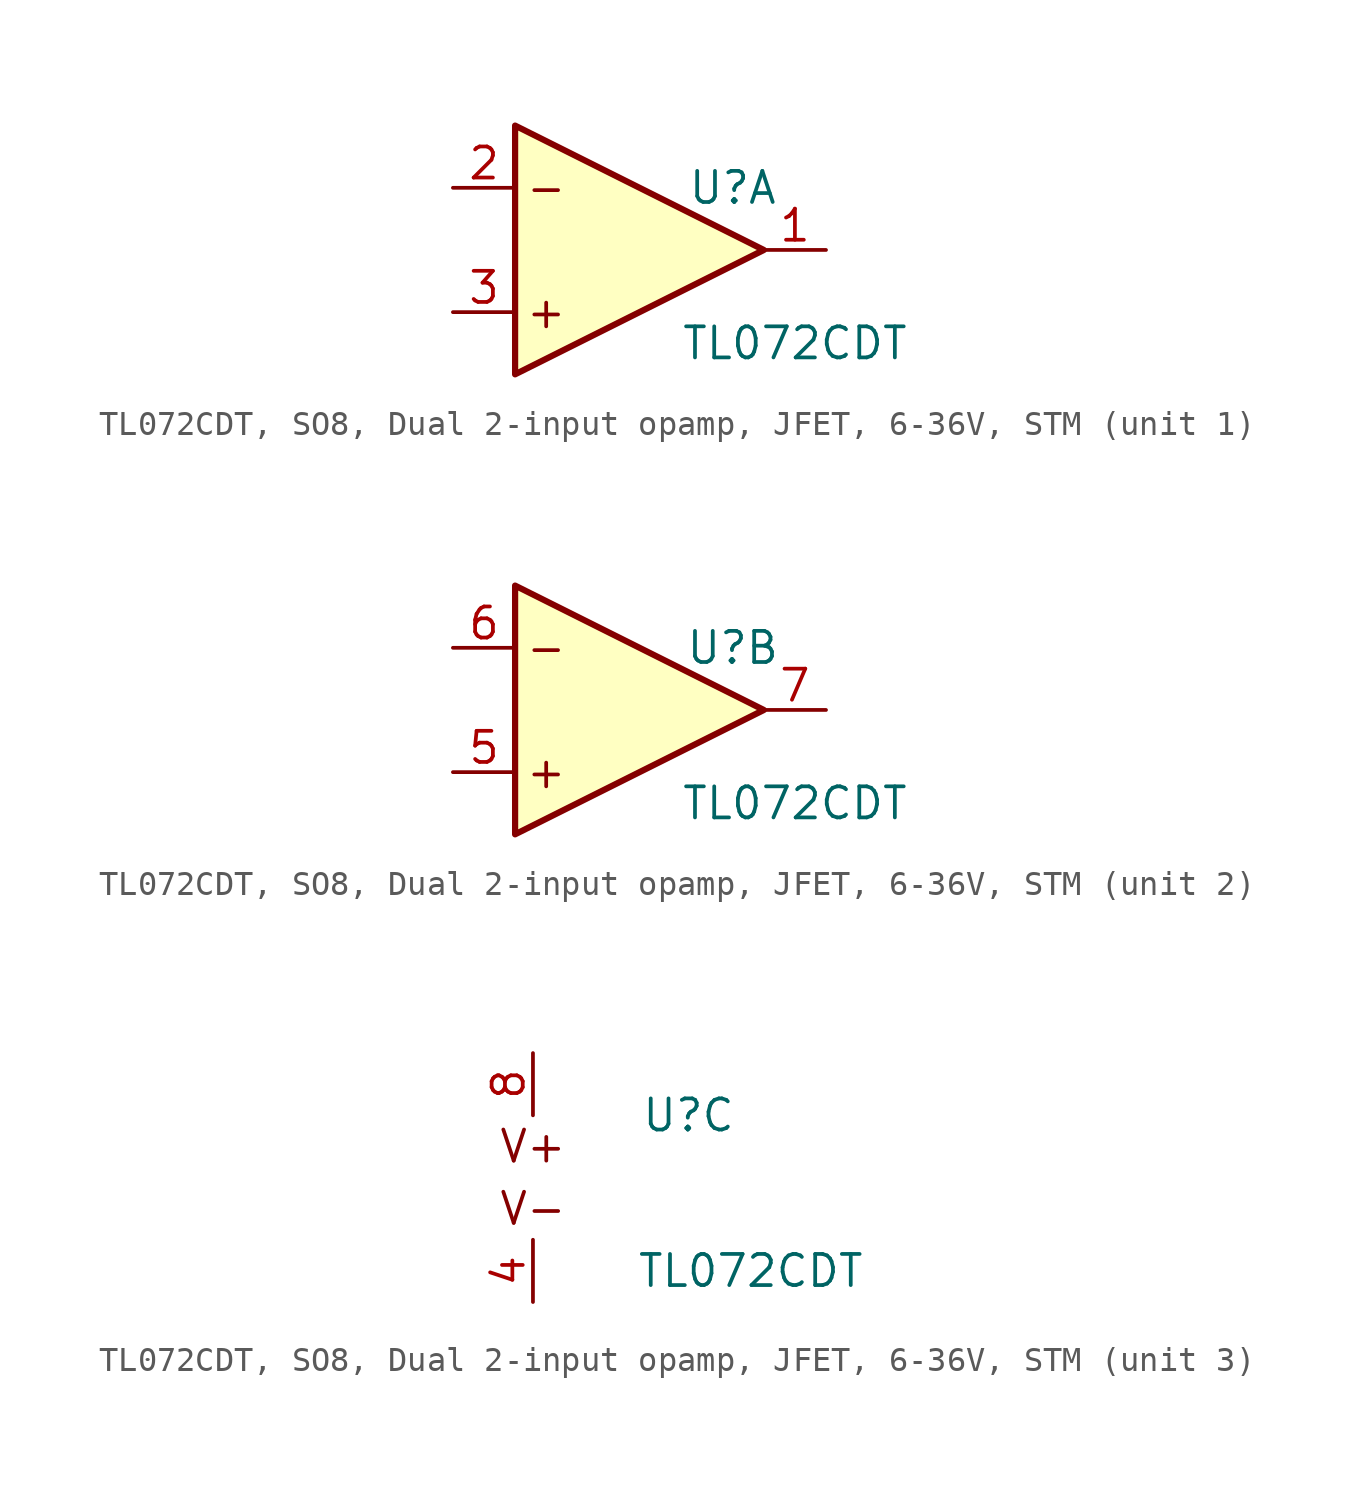
<source format=kicad_sym>
(kicad_symbol_lib
  (version 20241209)
  (generator "kicad_symbol_editor")
  (generator_version "9.0")
  (symbol "TL072CDT, SO8, Dual 2-input opamp, JFET, 6-36V, STM"
    (pin_names
      (offset 1.016)
      (hide yes))
    (property "Reference" "U"
      (at 6.35 2.54 0)
      (effects (font (size 1.27 1.27))))
    (property "Value" "TL072CDT"
      (at 8.89 -3.81 0)
      (effects (font (size 1.27 1.27))))
    (symbol "TL072CDT, SO8, Dual 2-input opamp, JFET, 6-36V, STM_1_1"
      (polyline (pts (xy -2.54 5.08) (xy -2.54 -5.08) (xy 7.62 0) (xy -2.54 5.08)) (stroke (width 0.254) (type default)) (fill (type background)))
      (text "-" (at -1.27 2.54 0) (effects (font (size 1.27 1.27))))
      (text "+" (at -1.27 -2.54 0) (effects (font (size 1.27 1.27))))
      (pin input line (at -5.08 2.54 0) (length 2.54) (name "IN-" (effects (font (size 1.27 1.27)))) (number "2" (effects (font (size 1.27 1.27)))))
      (pin input line (at -5.08 -2.54 0) (length 2.54) (name "IN+" (effects (font (size 1.27 1.27)))) (number "3" (effects (font (size 1.27 1.27)))))
      (pin output line (at 10.16 0 180) (length 2.54) (name "OUT" (effects (font (size 1.27 1.27)))) (number "1" (effects (font (size 1.27 1.27))))))
    (symbol "TL072CDT, SO8, Dual 2-input opamp, JFET, 6-36V, STM_2_1"
      (polyline (pts (xy -2.54 5.08) (xy -2.54 -5.08) (xy 7.62 0) (xy -2.54 5.08)) (stroke (width 0.254) (type default)) (fill (type background)))
      (text "-" (at -1.27 2.54 0) (effects (font (size 1.27 1.27))))
      (text "+" (at -1.27 -2.54 0) (effects (font (size 1.27 1.27))))
      (pin input line (at -5.08 2.54 0) (length 2.54) (name "IN-" (effects (font (size 1.27 1.27)))) (number "6" (effects (font (size 1.27 1.27)))))
      (pin input line (at -5.08 -2.54 0) (length 2.54) (name "IN+" (effects (font (size 1.27 1.27)))) (number "5" (effects (font (size 1.27 1.27)))))
      (pin output line (at 10.16 0 180) (length 2.54) (name "OUT" (effects (font (size 1.27 1.27)))) (number "7" (effects (font (size 1.27 1.27))))))
    (symbol "TL072CDT, SO8, Dual 2-input opamp, JFET, 6-36V, STM_3_1"
      (text "V+" (at 0 1.27 0) (effects (font (size 1.27 1.27))))
      (text "V-" (at 0 -1.27 0) (effects (font (size 1.27 1.27))))
      (pin power_in line (at 0 5.08 270) (length 2.54) (name "V+" (effects (font (size 1.27 1.27)))) (number "8" (effects (font (size 1.27 1.27)))))
      (pin power_in line (at 0 -5.08 90) (length 2.54) (name "V-" (effects (font (size 1.27 1.27)))) (number "4" (effects (font (size 1.27 1.27))))))))
</source>
